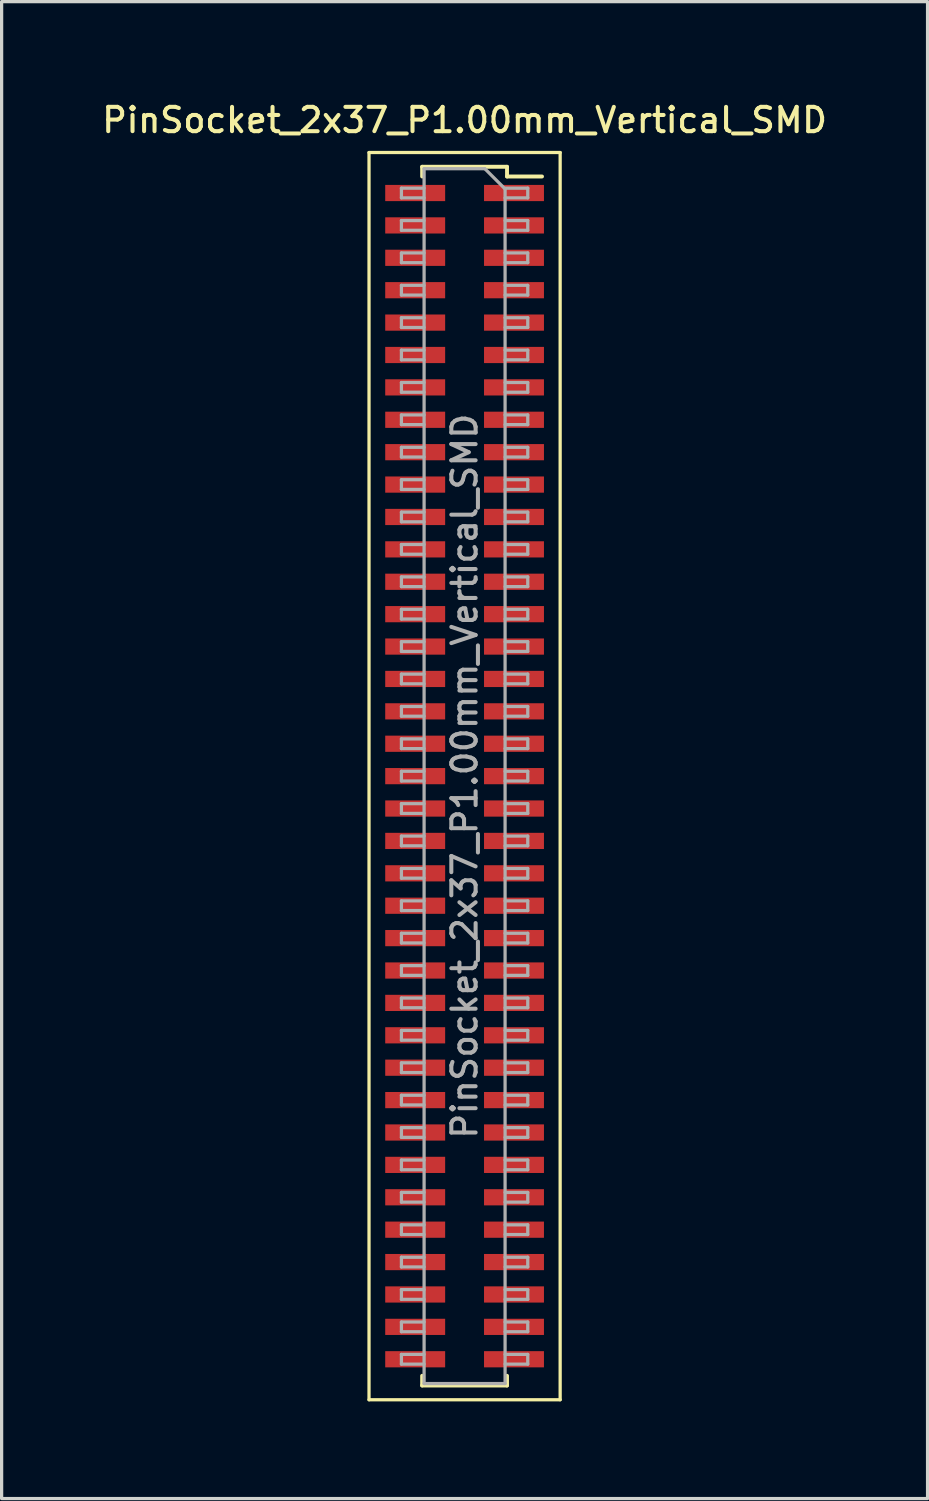
<source format=kicad_pcb>
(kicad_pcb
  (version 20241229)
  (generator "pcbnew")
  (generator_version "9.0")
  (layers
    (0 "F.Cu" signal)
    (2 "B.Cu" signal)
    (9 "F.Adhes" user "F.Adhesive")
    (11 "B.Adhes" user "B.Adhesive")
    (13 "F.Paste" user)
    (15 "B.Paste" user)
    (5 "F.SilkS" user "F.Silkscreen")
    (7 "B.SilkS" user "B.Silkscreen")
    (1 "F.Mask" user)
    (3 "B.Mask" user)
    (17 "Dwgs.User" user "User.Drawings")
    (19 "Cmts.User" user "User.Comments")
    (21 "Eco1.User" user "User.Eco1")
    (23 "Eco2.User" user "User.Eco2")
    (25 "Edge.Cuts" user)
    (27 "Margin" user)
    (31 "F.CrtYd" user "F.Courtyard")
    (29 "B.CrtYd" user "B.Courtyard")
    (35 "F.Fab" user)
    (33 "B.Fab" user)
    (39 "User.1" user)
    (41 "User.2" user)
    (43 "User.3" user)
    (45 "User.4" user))
  (footprint "PinSocket_2x37_P1.00mm_Vertical_SMD"
    (layer "F.Cu")
    (at 11.291 20.908)
    (property "Reference" "PinSocket_2x37_P1.00mm_Vertical_SMD" (at 0 -20.25 0) (layer "F.SilkS") (effects (font (size 0.75 0.75) (thickness 0.125))))
    (attr smd)
    (fp_line (start -2.95 -19.25) (end 2.95 -19.25) (stroke (width 0.1) (type solid)) (layer "F.SilkS"))
    (fp_line (start -2.95 19.25) (end -2.95 -19.25) (stroke (width 0.1) (type solid)) (layer "F.SilkS"))
    (fp_line (start -1.31 -18.81) (end -1.31 -18.51) (stroke (width 0.12) (type solid)) (layer "F.SilkS"))
    (fp_line (start -1.31 -18.81) (end 1.31 -18.81) (stroke (width 0.12) (type solid)) (layer "F.SilkS"))
    (fp_line (start -1.31 18.51) (end -1.31 18.81) (stroke (width 0.12) (type solid)) (layer "F.SilkS"))
    (fp_line (start -1.31 18.81) (end 1.31 18.81) (stroke (width 0.12) (type solid)) (layer "F.SilkS"))
    (fp_line (start 1.31 -18.81) (end 1.31 -18.51) (stroke (width 0.12) (type solid)) (layer "F.SilkS"))
    (fp_line (start 1.31 -18.51) (end 2.39 -18.51) (stroke (width 0.12) (type solid)) (layer "F.SilkS"))
    (fp_line (start 1.31 18.51) (end 1.31 18.81) (stroke (width 0.12) (type solid)) (layer "F.SilkS"))
    (fp_line (start 2.95 -19.25) (end 2.95 19.25) (stroke (width 0.1) (type solid)) (layer "F.SilkS"))
    (fp_line (start 2.95 19.25) (end -2.95 19.25) (stroke (width 0.1) (type solid)) (layer "F.SilkS"))
    (fp_line (start -1.95 -18.15) (end -1.25 -18.15) (stroke (width 0.1) (type solid)) (layer "F.Fab"))
    (fp_line (start -1.95 -17.85) (end -1.95 -18.15) (stroke (width 0.1) (type solid)) (layer "F.Fab"))
    (fp_line (start -1.95 -17.15) (end -1.25 -17.15) (stroke (width 0.1) (type solid)) (layer "F.Fab"))
    (fp_line (start -1.95 -16.85) (end -1.95 -17.15) (stroke (width 0.1) (type solid)) (layer "F.Fab"))
    (fp_line (start -1.95 -16.15) (end -1.25 -16.15) (stroke (width 0.1) (type solid)) (layer "F.Fab"))
    (fp_line (start -1.95 -15.85) (end -1.95 -16.15) (stroke (width 0.1) (type solid)) (layer "F.Fab"))
    (fp_line (start -1.95 -15.15) (end -1.25 -15.15) (stroke (width 0.1) (type solid)) (layer "F.Fab"))
    (fp_line (start -1.95 -14.85) (end -1.95 -15.15) (stroke (width 0.1) (type solid)) (layer "F.Fab"))
    (fp_line (start -1.95 -14.15) (end -1.25 -14.15) (stroke (width 0.1) (type solid)) (layer "F.Fab"))
    (fp_line (start -1.95 -13.85) (end -1.95 -14.15) (stroke (width 0.1) (type solid)) (layer "F.Fab"))
    (fp_line (start -1.95 -13.15) (end -1.25 -13.15) (stroke (width 0.1) (type solid)) (layer "F.Fab"))
    (fp_line (start -1.95 -12.85) (end -1.95 -13.15) (stroke (width 0.1) (type solid)) (layer "F.Fab"))
    (fp_line (start -1.95 -12.15) (end -1.25 -12.15) (stroke (width 0.1) (type solid)) (layer "F.Fab"))
    (fp_line (start -1.95 -11.85) (end -1.95 -12.15) (stroke (width 0.1) (type solid)) (layer "F.Fab"))
    (fp_line (start -1.95 -11.15) (end -1.25 -11.15) (stroke (width 0.1) (type solid)) (layer "F.Fab"))
    (fp_line (start -1.95 -10.85) (end -1.95 -11.15) (stroke (width 0.1) (type solid)) (layer "F.Fab"))
    (fp_line (start -1.95 -10.15) (end -1.25 -10.15) (stroke (width 0.1) (type solid)) (layer "F.Fab"))
    (fp_line (start -1.95 -9.85) (end -1.95 -10.15) (stroke (width 0.1) (type solid)) (layer "F.Fab"))
    (fp_line (start -1.95 -9.15) (end -1.25 -9.15) (stroke (width 0.1) (type solid)) (layer "F.Fab"))
    (fp_line (start -1.95 -8.85) (end -1.95 -9.15) (stroke (width 0.1) (type solid)) (layer "F.Fab"))
    (fp_line (start -1.95 -8.15) (end -1.25 -8.15) (stroke (width 0.1) (type solid)) (layer "F.Fab"))
    (fp_line (start -1.95 -7.85) (end -1.95 -8.15) (stroke (width 0.1) (type solid)) (layer "F.Fab"))
    (fp_line (start -1.95 -7.15) (end -1.25 -7.15) (stroke (width 0.1) (type solid)) (layer "F.Fab"))
    (fp_line (start -1.95 -6.85) (end -1.95 -7.15) (stroke (width 0.1) (type solid)) (layer "F.Fab"))
    (fp_line (start -1.95 -6.15) (end -1.25 -6.15) (stroke (width 0.1) (type solid)) (layer "F.Fab"))
    (fp_line (start -1.95 -5.85) (end -1.95 -6.15) (stroke (width 0.1) (type solid)) (layer "F.Fab"))
    (fp_line (start -1.95 -5.15) (end -1.25 -5.15) (stroke (width 0.1) (type solid)) (layer "F.Fab"))
    (fp_line (start -1.95 -4.85) (end -1.95 -5.15) (stroke (width 0.1) (type solid)) (layer "F.Fab"))
    (fp_line (start -1.95 -4.15) (end -1.25 -4.15) (stroke (width 0.1) (type solid)) (layer "F.Fab"))
    (fp_line (start -1.95 -3.85) (end -1.95 -4.15) (stroke (width 0.1) (type solid)) (layer "F.Fab"))
    (fp_line (start -1.95 -3.15) (end -1.25 -3.15) (stroke (width 0.1) (type solid)) (layer "F.Fab"))
    (fp_line (start -1.95 -2.85) (end -1.95 -3.15) (stroke (width 0.1) (type solid)) (layer "F.Fab"))
    (fp_line (start -1.95 -2.15) (end -1.25 -2.15) (stroke (width 0.1) (type solid)) (layer "F.Fab"))
    (fp_line (start -1.95 -1.85) (end -1.95 -2.15) (stroke (width 0.1) (type solid)) (layer "F.Fab"))
    (fp_line (start -1.95 -1.15) (end -1.25 -1.15) (stroke (width 0.1) (type solid)) (layer "F.Fab"))
    (fp_line (start -1.95 -0.85) (end -1.95 -1.15) (stroke (width 0.1) (type solid)) (layer "F.Fab"))
    (fp_line (start -1.95 -0.15) (end -1.25 -0.15) (stroke (width 0.1) (type solid)) (layer "F.Fab"))
    (fp_line (start -1.95 0.15) (end -1.95 -0.15) (stroke (width 0.1) (type solid)) (layer "F.Fab"))
    (fp_line (start -1.95 0.85) (end -1.25 0.85) (stroke (width 0.1) (type solid)) (layer "F.Fab"))
    (fp_line (start -1.95 1.15) (end -1.95 0.85) (stroke (width 0.1) (type solid)) (layer "F.Fab"))
    (fp_line (start -1.95 1.85) (end -1.25 1.85) (stroke (width 0.1) (type solid)) (layer "F.Fab"))
    (fp_line (start -1.95 2.15) (end -1.95 1.85) (stroke (width 0.1) (type solid)) (layer "F.Fab"))
    (fp_line (start -1.95 2.85) (end -1.25 2.85) (stroke (width 0.1) (type solid)) (layer "F.Fab"))
    (fp_line (start -1.95 3.15) (end -1.95 2.85) (stroke (width 0.1) (type solid)) (layer "F.Fab"))
    (fp_line (start -1.95 3.85) (end -1.25 3.85) (stroke (width 0.1) (type solid)) (layer "F.Fab"))
    (fp_line (start -1.95 4.15) (end -1.95 3.85) (stroke (width 0.1) (type solid)) (layer "F.Fab"))
    (fp_line (start -1.95 4.85) (end -1.25 4.85) (stroke (width 0.1) (type solid)) (layer "F.Fab"))
    (fp_line (start -1.95 5.15) (end -1.95 4.85) (stroke (width 0.1) (type solid)) (layer "F.Fab"))
    (fp_line (start -1.95 5.85) (end -1.25 5.85) (stroke (width 0.1) (type solid)) (layer "F.Fab"))
    (fp_line (start -1.95 6.15) (end -1.95 5.85) (stroke (width 0.1) (type solid)) (layer "F.Fab"))
    (fp_line (start -1.95 6.85) (end -1.25 6.85) (stroke (width 0.1) (type solid)) (layer "F.Fab"))
    (fp_line (start -1.95 7.15) (end -1.95 6.85) (stroke (width 0.1) (type solid)) (layer "F.Fab"))
    (fp_line (start -1.95 7.85) (end -1.25 7.85) (stroke (width 0.1) (type solid)) (layer "F.Fab"))
    (fp_line (start -1.95 8.15) (end -1.95 7.85) (stroke (width 0.1) (type solid)) (layer "F.Fab"))
    (fp_line (start -1.95 8.85) (end -1.25 8.85) (stroke (width 0.1) (type solid)) (layer "F.Fab"))
    (fp_line (start -1.95 9.15) (end -1.95 8.85) (stroke (width 0.1) (type solid)) (layer "F.Fab"))
    (fp_line (start -1.95 9.85) (end -1.25 9.85) (stroke (width 0.1) (type solid)) (layer "F.Fab"))
    (fp_line (start -1.95 10.15) (end -1.95 9.85) (stroke (width 0.1) (type solid)) (layer "F.Fab"))
    (fp_line (start -1.95 10.85) (end -1.25 10.85) (stroke (width 0.1) (type solid)) (layer "F.Fab"))
    (fp_line (start -1.95 11.15) (end -1.95 10.85) (stroke (width 0.1) (type solid)) (layer "F.Fab"))
    (fp_line (start -1.95 11.85) (end -1.25 11.85) (stroke (width 0.1) (type solid)) (layer "F.Fab"))
    (fp_line (start -1.95 12.15) (end -1.95 11.85) (stroke (width 0.1) (type solid)) (layer "F.Fab"))
    (fp_line (start -1.95 12.85) (end -1.25 12.85) (stroke (width 0.1) (type solid)) (layer "F.Fab"))
    (fp_line (start -1.95 13.15) (end -1.95 12.85) (stroke (width 0.1) (type solid)) (layer "F.Fab"))
    (fp_line (start -1.95 13.85) (end -1.25 13.85) (stroke (width 0.1) (type solid)) (layer "F.Fab"))
    (fp_line (start -1.95 14.15) (end -1.95 13.85) (stroke (width 0.1) (type solid)) (layer "F.Fab"))
    (fp_line (start -1.95 14.85) (end -1.25 14.85) (stroke (width 0.1) (type solid)) (layer "F.Fab"))
    (fp_line (start -1.95 15.15) (end -1.95 14.85) (stroke (width 0.1) (type solid)) (layer "F.Fab"))
    (fp_line (start -1.95 15.85) (end -1.25 15.85) (stroke (width 0.1) (type solid)) (layer "F.Fab"))
    (fp_line (start -1.95 16.15) (end -1.95 15.85) (stroke (width 0.1) (type solid)) (layer "F.Fab"))
    (fp_line (start -1.95 16.85) (end -1.25 16.85) (stroke (width 0.1) (type solid)) (layer "F.Fab"))
    (fp_line (start -1.95 17.15) (end -1.95 16.85) (stroke (width 0.1) (type solid)) (layer "F.Fab"))
    (fp_line (start -1.95 17.85) (end -1.25 17.85) (stroke (width 0.1) (type solid)) (layer "F.Fab"))
    (fp_line (start -1.95 18.15) (end -1.95 17.85) (stroke (width 0.1) (type solid)) (layer "F.Fab"))
    (fp_line (start -1.25 -18.75) (end 0.625 -18.75) (stroke (width 0.1) (type solid)) (layer "F.Fab"))
    (fp_line (start -1.25 -17.85) (end -1.95 -17.85) (stroke (width 0.1) (type solid)) (layer "F.Fab"))
    (fp_line (start -1.25 -16.85) (end -1.95 -16.85) (stroke (width 0.1) (type solid)) (layer "F.Fab"))
    (fp_line (start -1.25 -15.85) (end -1.95 -15.85) (stroke (width 0.1) (type solid)) (layer "F.Fab"))
    (fp_line (start -1.25 -14.85) (end -1.95 -14.85) (stroke (width 0.1) (type solid)) (layer "F.Fab"))
    (fp_line (start -1.25 -13.85) (end -1.95 -13.85) (stroke (width 0.1) (type solid)) (layer "F.Fab"))
    (fp_line (start -1.25 -12.85) (end -1.95 -12.85) (stroke (width 0.1) (type solid)) (layer "F.Fab"))
    (fp_line (start -1.25 -11.85) (end -1.95 -11.85) (stroke (width 0.1) (type solid)) (layer "F.Fab"))
    (fp_line (start -1.25 -10.85) (end -1.95 -10.85) (stroke (width 0.1) (type solid)) (layer "F.Fab"))
    (fp_line (start -1.25 -9.85) (end -1.95 -9.85) (stroke (width 0.1) (type solid)) (layer "F.Fab"))
    (fp_line (start -1.25 -8.85) (end -1.95 -8.85) (stroke (width 0.1) (type solid)) (layer "F.Fab"))
    (fp_line (start -1.25 -7.85) (end -1.95 -7.85) (stroke (width 0.1) (type solid)) (layer "F.Fab"))
    (fp_line (start -1.25 -6.85) (end -1.95 -6.85) (stroke (width 0.1) (type solid)) (layer "F.Fab"))
    (fp_line (start -1.25 -5.85) (end -1.95 -5.85) (stroke (width 0.1) (type solid)) (layer "F.Fab"))
    (fp_line (start -1.25 -4.85) (end -1.95 -4.85) (stroke (width 0.1) (type solid)) (layer "F.Fab"))
    (fp_line (start -1.25 -3.85) (end -1.95 -3.85) (stroke (width 0.1) (type solid)) (layer "F.Fab"))
    (fp_line (start -1.25 -2.85) (end -1.95 -2.85) (stroke (width 0.1) (type solid)) (layer "F.Fab"))
    (fp_line (start -1.25 -1.85) (end -1.95 -1.85) (stroke (width 0.1) (type solid)) (layer "F.Fab"))
    (fp_line (start -1.25 -0.85) (end -1.95 -0.85) (stroke (width 0.1) (type solid)) (layer "F.Fab"))
    (fp_line (start -1.25 0.15) (end -1.95 0.15) (stroke (width 0.1) (type solid)) (layer "F.Fab"))
    (fp_line (start -1.25 1.15) (end -1.95 1.15) (stroke (width 0.1) (type solid)) (layer "F.Fab"))
    (fp_line (start -1.25 2.15) (end -1.95 2.15) (stroke (width 0.1) (type solid)) (layer "F.Fab"))
    (fp_line (start -1.25 3.15) (end -1.95 3.15) (stroke (width 0.1) (type solid)) (layer "F.Fab"))
    (fp_line (start -1.25 4.15) (end -1.95 4.15) (stroke (width 0.1) (type solid)) (layer "F.Fab"))
    (fp_line (start -1.25 5.15) (end -1.95 5.15) (stroke (width 0.1) (type solid)) (layer "F.Fab"))
    (fp_line (start -1.25 6.15) (end -1.95 6.15) (stroke (width 0.1) (type solid)) (layer "F.Fab"))
    (fp_line (start -1.25 7.15) (end -1.95 7.15) (stroke (width 0.1) (type solid)) (layer "F.Fab"))
    (fp_line (start -1.25 8.15) (end -1.95 8.15) (stroke (width 0.1) (type solid)) (layer "F.Fab"))
    (fp_line (start -1.25 9.15) (end -1.95 9.15) (stroke (width 0.1) (type solid)) (layer "F.Fab"))
    (fp_line (start -1.25 10.15) (end -1.95 10.15) (stroke (width 0.1) (type solid)) (layer "F.Fab"))
    (fp_line (start -1.25 11.15) (end -1.95 11.15) (stroke (width 0.1) (type solid)) (layer "F.Fab"))
    (fp_line (start -1.25 12.15) (end -1.95 12.15) (stroke (width 0.1) (type solid)) (layer "F.Fab"))
    (fp_line (start -1.25 13.15) (end -1.95 13.15) (stroke (width 0.1) (type solid)) (layer "F.Fab"))
    (fp_line (start -1.25 14.15) (end -1.95 14.15) (stroke (width 0.1) (type solid)) (layer "F.Fab"))
    (fp_line (start -1.25 15.15) (end -1.95 15.15) (stroke (width 0.1) (type solid)) (layer "F.Fab"))
    (fp_line (start -1.25 16.15) (end -1.95 16.15) (stroke (width 0.1) (type solid)) (layer "F.Fab"))
    (fp_line (start -1.25 17.15) (end -1.95 17.15) (stroke (width 0.1) (type solid)) (layer "F.Fab"))
    (fp_line (start -1.25 18.15) (end -1.95 18.15) (stroke (width 0.1) (type solid)) (layer "F.Fab"))
    (fp_line (start -1.25 18.75) (end -1.25 -18.75) (stroke (width 0.1) (type solid)) (layer "F.Fab"))
    (fp_line (start 0.625 -18.75) (end 1.25 -18.125) (stroke (width 0.1) (type solid)) (layer "F.Fab"))
    (fp_line (start 1.25 -18.15) (end 1.95 -18.15) (stroke (width 0.1) (type solid)) (layer "F.Fab"))
    (fp_line (start 1.25 -18.125) (end 1.25 18.75) (stroke (width 0.1) (type solid)) (layer "F.Fab"))
    (fp_line (start 1.25 -17.15) (end 1.95 -17.15) (stroke (width 0.1) (type solid)) (layer "F.Fab"))
    (fp_line (start 1.25 -16.15) (end 1.95 -16.15) (stroke (width 0.1) (type solid)) (layer "F.Fab"))
    (fp_line (start 1.25 -15.15) (end 1.95 -15.15) (stroke (width 0.1) (type solid)) (layer "F.Fab"))
    (fp_line (start 1.25 -14.15) (end 1.95 -14.15) (stroke (width 0.1) (type solid)) (layer "F.Fab"))
    (fp_line (start 1.25 -13.15) (end 1.95 -13.15) (stroke (width 0.1) (type solid)) (layer "F.Fab"))
    (fp_line (start 1.25 -12.15) (end 1.95 -12.15) (stroke (width 0.1) (type solid)) (layer "F.Fab"))
    (fp_line (start 1.25 -11.15) (end 1.95 -11.15) (stroke (width 0.1) (type solid)) (layer "F.Fab"))
    (fp_line (start 1.25 -10.15) (end 1.95 -10.15) (stroke (width 0.1) (type solid)) (layer "F.Fab"))
    (fp_line (start 1.25 -9.15) (end 1.95 -9.15) (stroke (width 0.1) (type solid)) (layer "F.Fab"))
    (fp_line (start 1.25 -8.15) (end 1.95 -8.15) (stroke (width 0.1) (type solid)) (layer "F.Fab"))
    (fp_line (start 1.25 -7.15) (end 1.95 -7.15) (stroke (width 0.1) (type solid)) (layer "F.Fab"))
    (fp_line (start 1.25 -6.15) (end 1.95 -6.15) (stroke (width 0.1) (type solid)) (layer "F.Fab"))
    (fp_line (start 1.25 -5.15) (end 1.95 -5.15) (stroke (width 0.1) (type solid)) (layer "F.Fab"))
    (fp_line (start 1.25 -4.15) (end 1.95 -4.15) (stroke (width 0.1) (type solid)) (layer "F.Fab"))
    (fp_line (start 1.25 -3.15) (end 1.95 -3.15) (stroke (width 0.1) (type solid)) (layer "F.Fab"))
    (fp_line (start 1.25 -2.15) (end 1.95 -2.15) (stroke (width 0.1) (type solid)) (layer "F.Fab"))
    (fp_line (start 1.25 -1.15) (end 1.95 -1.15) (stroke (width 0.1) (type solid)) (layer "F.Fab"))
    (fp_line (start 1.25 -0.15) (end 1.95 -0.15) (stroke (width 0.1) (type solid)) (layer "F.Fab"))
    (fp_line (start 1.25 0.85) (end 1.95 0.85) (stroke (width 0.1) (type solid)) (layer "F.Fab"))
    (fp_line (start 1.25 1.85) (end 1.95 1.85) (stroke (width 0.1) (type solid)) (layer "F.Fab"))
    (fp_line (start 1.25 2.85) (end 1.95 2.85) (stroke (width 0.1) (type solid)) (layer "F.Fab"))
    (fp_line (start 1.25 3.85) (end 1.95 3.85) (stroke (width 0.1) (type solid)) (layer "F.Fab"))
    (fp_line (start 1.25 4.85) (end 1.95 4.85) (stroke (width 0.1) (type solid)) (layer "F.Fab"))
    (fp_line (start 1.25 5.85) (end 1.95 5.85) (stroke (width 0.1) (type solid)) (layer "F.Fab"))
    (fp_line (start 1.25 6.85) (end 1.95 6.85) (stroke (width 0.1) (type solid)) (layer "F.Fab"))
    (fp_line (start 1.25 7.85) (end 1.95 7.85) (stroke (width 0.1) (type solid)) (layer "F.Fab"))
    (fp_line (start 1.25 8.85) (end 1.95 8.85) (stroke (width 0.1) (type solid)) (layer "F.Fab"))
    (fp_line (start 1.25 9.85) (end 1.95 9.85) (stroke (width 0.1) (type solid)) (layer "F.Fab"))
    (fp_line (start 1.25 10.85) (end 1.95 10.85) (stroke (width 0.1) (type solid)) (layer "F.Fab"))
    (fp_line (start 1.25 11.85) (end 1.95 11.85) (stroke (width 0.1) (type solid)) (layer "F.Fab"))
    (fp_line (start 1.25 12.85) (end 1.95 12.85) (stroke (width 0.1) (type solid)) (layer "F.Fab"))
    (fp_line (start 1.25 13.85) (end 1.95 13.85) (stroke (width 0.1) (type solid)) (layer "F.Fab"))
    (fp_line (start 1.25 14.85) (end 1.95 14.85) (stroke (width 0.1) (type solid)) (layer "F.Fab"))
    (fp_line (start 1.25 15.85) (end 1.95 15.85) (stroke (width 0.1) (type solid)) (layer "F.Fab"))
    (fp_line (start 1.25 16.85) (end 1.95 16.85) (stroke (width 0.1) (type solid)) (layer "F.Fab"))
    (fp_line (start 1.25 17.85) (end 1.95 17.85) (stroke (width 0.1) (type solid)) (layer "F.Fab"))
    (fp_line (start 1.25 18.75) (end -1.25 18.75) (stroke (width 0.1) (type solid)) (layer "F.Fab"))
    (fp_line (start 1.95 -18.15) (end 1.95 -17.85) (stroke (width 0.1) (type solid)) (layer "F.Fab"))
    (fp_line (start 1.95 -17.85) (end 1.25 -17.85) (stroke (width 0.1) (type solid)) (layer "F.Fab"))
    (fp_line (start 1.95 -17.15) (end 1.95 -16.85) (stroke (width 0.1) (type solid)) (layer "F.Fab"))
    (fp_line (start 1.95 -16.85) (end 1.25 -16.85) (stroke (width 0.1) (type solid)) (layer "F.Fab"))
    (fp_line (start 1.95 -16.15) (end 1.95 -15.85) (stroke (width 0.1) (type solid)) (layer "F.Fab"))
    (fp_line (start 1.95 -15.85) (end 1.25 -15.85) (stroke (width 0.1) (type solid)) (layer "F.Fab"))
    (fp_line (start 1.95 -15.15) (end 1.95 -14.85) (stroke (width 0.1) (type solid)) (layer "F.Fab"))
    (fp_line (start 1.95 -14.85) (end 1.25 -14.85) (stroke (width 0.1) (type solid)) (layer "F.Fab"))
    (fp_line (start 1.95 -14.15) (end 1.95 -13.85) (stroke (width 0.1) (type solid)) (layer "F.Fab"))
    (fp_line (start 1.95 -13.85) (end 1.25 -13.85) (stroke (width 0.1) (type solid)) (layer "F.Fab"))
    (fp_line (start 1.95 -13.15) (end 1.95 -12.85) (stroke (width 0.1) (type solid)) (layer "F.Fab"))
    (fp_line (start 1.95 -12.85) (end 1.25 -12.85) (stroke (width 0.1) (type solid)) (layer "F.Fab"))
    (fp_line (start 1.95 -12.15) (end 1.95 -11.85) (stroke (width 0.1) (type solid)) (layer "F.Fab"))
    (fp_line (start 1.95 -11.85) (end 1.25 -11.85) (stroke (width 0.1) (type solid)) (layer "F.Fab"))
    (fp_line (start 1.95 -11.15) (end 1.95 -10.85) (stroke (width 0.1) (type solid)) (layer "F.Fab"))
    (fp_line (start 1.95 -10.85) (end 1.25 -10.85) (stroke (width 0.1) (type solid)) (layer "F.Fab"))
    (fp_line (start 1.95 -10.15) (end 1.95 -9.85) (stroke (width 0.1) (type solid)) (layer "F.Fab"))
    (fp_line (start 1.95 -9.85) (end 1.25 -9.85) (stroke (width 0.1) (type solid)) (layer "F.Fab"))
    (fp_line (start 1.95 -9.15) (end 1.95 -8.85) (stroke (width 0.1) (type solid)) (layer "F.Fab"))
    (fp_line (start 1.95 -8.85) (end 1.25 -8.85) (stroke (width 0.1) (type solid)) (layer "F.Fab"))
    (fp_line (start 1.95 -8.15) (end 1.95 -7.85) (stroke (width 0.1) (type solid)) (layer "F.Fab"))
    (fp_line (start 1.95 -7.85) (end 1.25 -7.85) (stroke (width 0.1) (type solid)) (layer "F.Fab"))
    (fp_line (start 1.95 -7.15) (end 1.95 -6.85) (stroke (width 0.1) (type solid)) (layer "F.Fab"))
    (fp_line (start 1.95 -6.85) (end 1.25 -6.85) (stroke (width 0.1) (type solid)) (layer "F.Fab"))
    (fp_line (start 1.95 -6.15) (end 1.95 -5.85) (stroke (width 0.1) (type solid)) (layer "F.Fab"))
    (fp_line (start 1.95 -5.85) (end 1.25 -5.85) (stroke (width 0.1) (type solid)) (layer "F.Fab"))
    (fp_line (start 1.95 -5.15) (end 1.95 -4.85) (stroke (width 0.1) (type solid)) (layer "F.Fab"))
    (fp_line (start 1.95 -4.85) (end 1.25 -4.85) (stroke (width 0.1) (type solid)) (layer "F.Fab"))
    (fp_line (start 1.95 -4.15) (end 1.95 -3.85) (stroke (width 0.1) (type solid)) (layer "F.Fab"))
    (fp_line (start 1.95 -3.85) (end 1.25 -3.85) (stroke (width 0.1) (type solid)) (layer "F.Fab"))
    (fp_line (start 1.95 -3.15) (end 1.95 -2.85) (stroke (width 0.1) (type solid)) (layer "F.Fab"))
    (fp_line (start 1.95 -2.85) (end 1.25 -2.85) (stroke (width 0.1) (type solid)) (layer "F.Fab"))
    (fp_line (start 1.95 -2.15) (end 1.95 -1.85) (stroke (width 0.1) (type solid)) (layer "F.Fab"))
    (fp_line (start 1.95 -1.85) (end 1.25 -1.85) (stroke (width 0.1) (type solid)) (layer "F.Fab"))
    (fp_line (start 1.95 -1.15) (end 1.95 -0.85) (stroke (width 0.1) (type solid)) (layer "F.Fab"))
    (fp_line (start 1.95 -0.85) (end 1.25 -0.85) (stroke (width 0.1) (type solid)) (layer "F.Fab"))
    (fp_line (start 1.95 -0.15) (end 1.95 0.15) (stroke (width 0.1) (type solid)) (layer "F.Fab"))
    (fp_line (start 1.95 0.15) (end 1.25 0.15) (stroke (width 0.1) (type solid)) (layer "F.Fab"))
    (fp_line (start 1.95 0.85) (end 1.95 1.15) (stroke (width 0.1) (type solid)) (layer "F.Fab"))
    (fp_line (start 1.95 1.15) (end 1.25 1.15) (stroke (width 0.1) (type solid)) (layer "F.Fab"))
    (fp_line (start 1.95 1.85) (end 1.95 2.15) (stroke (width 0.1) (type solid)) (layer "F.Fab"))
    (fp_line (start 1.95 2.15) (end 1.25 2.15) (stroke (width 0.1) (type solid)) (layer "F.Fab"))
    (fp_line (start 1.95 2.85) (end 1.95 3.15) (stroke (width 0.1) (type solid)) (layer "F.Fab"))
    (fp_line (start 1.95 3.15) (end 1.25 3.15) (stroke (width 0.1) (type solid)) (layer "F.Fab"))
    (fp_line (start 1.95 3.85) (end 1.95 4.15) (stroke (width 0.1) (type solid)) (layer "F.Fab"))
    (fp_line (start 1.95 4.15) (end 1.25 4.15) (stroke (width 0.1) (type solid)) (layer "F.Fab"))
    (fp_line (start 1.95 4.85) (end 1.95 5.15) (stroke (width 0.1) (type solid)) (layer "F.Fab"))
    (fp_line (start 1.95 5.15) (end 1.25 5.15) (stroke (width 0.1) (type solid)) (layer "F.Fab"))
    (fp_line (start 1.95 5.85) (end 1.95 6.15) (stroke (width 0.1) (type solid)) (layer "F.Fab"))
    (fp_line (start 1.95 6.15) (end 1.25 6.15) (stroke (width 0.1) (type solid)) (layer "F.Fab"))
    (fp_line (start 1.95 6.85) (end 1.95 7.15) (stroke (width 0.1) (type solid)) (layer "F.Fab"))
    (fp_line (start 1.95 7.15) (end 1.25 7.15) (stroke (width 0.1) (type solid)) (layer "F.Fab"))
    (fp_line (start 1.95 7.85) (end 1.95 8.15) (stroke (width 0.1) (type solid)) (layer "F.Fab"))
    (fp_line (start 1.95 8.15) (end 1.25 8.15) (stroke (width 0.1) (type solid)) (layer "F.Fab"))
    (fp_line (start 1.95 8.85) (end 1.95 9.15) (stroke (width 0.1) (type solid)) (layer "F.Fab"))
    (fp_line (start 1.95 9.15) (end 1.25 9.15) (stroke (width 0.1) (type solid)) (layer "F.Fab"))
    (fp_line (start 1.95 9.85) (end 1.95 10.15) (stroke (width 0.1) (type solid)) (layer "F.Fab"))
    (fp_line (start 1.95 10.15) (end 1.25 10.15) (stroke (width 0.1) (type solid)) (layer "F.Fab"))
    (fp_line (start 1.95 10.85) (end 1.95 11.15) (stroke (width 0.1) (type solid)) (layer "F.Fab"))
    (fp_line (start 1.95 11.15) (end 1.25 11.15) (stroke (width 0.1) (type solid)) (layer "F.Fab"))
    (fp_line (start 1.95 11.85) (end 1.95 12.15) (stroke (width 0.1) (type solid)) (layer "F.Fab"))
    (fp_line (start 1.95 12.15) (end 1.25 12.15) (stroke (width 0.1) (type solid)) (layer "F.Fab"))
    (fp_line (start 1.95 12.85) (end 1.95 13.15) (stroke (width 0.1) (type solid)) (layer "F.Fab"))
    (fp_line (start 1.95 13.15) (end 1.25 13.15) (stroke (width 0.1) (type solid)) (layer "F.Fab"))
    (fp_line (start 1.95 13.85) (end 1.95 14.15) (stroke (width 0.1) (type solid)) (layer "F.Fab"))
    (fp_line (start 1.95 14.15) (end 1.25 14.15) (stroke (width 0.1) (type solid)) (layer "F.Fab"))
    (fp_line (start 1.95 14.85) (end 1.95 15.15) (stroke (width 0.1) (type solid)) (layer "F.Fab"))
    (fp_line (start 1.95 15.15) (end 1.25 15.15) (stroke (width 0.1) (type solid)) (layer "F.Fab"))
    (fp_line (start 1.95 15.85) (end 1.95 16.15) (stroke (width 0.1) (type solid)) (layer "F.Fab"))
    (fp_line (start 1.95 16.15) (end 1.25 16.15) (stroke (width 0.1) (type solid)) (layer "F.Fab"))
    (fp_line (start 1.95 16.85) (end 1.95 17.15) (stroke (width 0.1) (type solid)) (layer "F.Fab"))
    (fp_line (start 1.95 17.15) (end 1.25 17.15) (stroke (width 0.1) (type solid)) (layer "F.Fab"))
    (fp_line (start 1.95 17.85) (end 1.95 18.15) (stroke (width 0.1) (type solid)) (layer "F.Fab"))
    (fp_line (start 1.95 18.15) (end 1.25 18.15) (stroke (width 0.1) (type solid)) (layer "F.Fab"))
    (fp_text user "${REFERENCE}" (at 0 0 90) (layer "F.Fab") (effects (font (size 0.75 0.75) (thickness 0.125))))
    (pad "1" smd rect (at 1.525 -18) (size 1.85 0.5) (layers "F.Cu" "F.Mask" "F.Paste"))
    (pad "2" smd rect (at -1.525 -18) (size 1.85 0.5) (layers "F.Cu" "F.Mask" "F.Paste"))
    (pad "3" smd rect (at 1.525 -17) (size 1.85 0.5) (layers "F.Cu" "F.Mask" "F.Paste"))
    (pad "4" smd rect (at -1.525 -17) (size 1.85 0.5) (layers "F.Cu" "F.Mask" "F.Paste"))
    (pad "5" smd rect (at 1.525 -16) (size 1.85 0.5) (layers "F.Cu" "F.Mask" "F.Paste"))
    (pad "6" smd rect (at -1.525 -16) (size 1.85 0.5) (layers "F.Cu" "F.Mask" "F.Paste"))
    (pad "7" smd rect (at 1.525 -15) (size 1.85 0.5) (layers "F.Cu" "F.Mask" "F.Paste"))
    (pad "8" smd rect (at -1.525 -15) (size 1.85 0.5) (layers "F.Cu" "F.Mask" "F.Paste"))
    (pad "9" smd rect (at 1.525 -14) (size 1.85 0.5) (layers "F.Cu" "F.Mask" "F.Paste"))
    (pad "10" smd rect (at -1.525 -14) (size 1.85 0.5) (layers "F.Cu" "F.Mask" "F.Paste"))
    (pad "11" smd rect (at 1.525 -13) (size 1.85 0.5) (layers "F.Cu" "F.Mask" "F.Paste"))
    (pad "12" smd rect (at -1.525 -13) (size 1.85 0.5) (layers "F.Cu" "F.Mask" "F.Paste"))
    (pad "13" smd rect (at 1.525 -12) (size 1.85 0.5) (layers "F.Cu" "F.Mask" "F.Paste"))
    (pad "14" smd rect (at -1.525 -12) (size 1.85 0.5) (layers "F.Cu" "F.Mask" "F.Paste"))
    (pad "15" smd rect (at 1.525 -11) (size 1.85 0.5) (layers "F.Cu" "F.Mask" "F.Paste"))
    (pad "16" smd rect (at -1.525 -11) (size 1.85 0.5) (layers "F.Cu" "F.Mask" "F.Paste"))
    (pad "17" smd rect (at 1.525 -10) (size 1.85 0.5) (layers "F.Cu" "F.Mask" "F.Paste"))
    (pad "18" smd rect (at -1.525 -10) (size 1.85 0.5) (layers "F.Cu" "F.Mask" "F.Paste"))
    (pad "19" smd rect (at 1.525 -9) (size 1.85 0.5) (layers "F.Cu" "F.Mask" "F.Paste"))
    (pad "20" smd rect (at -1.525 -9) (size 1.85 0.5) (layers "F.Cu" "F.Mask" "F.Paste"))
    (pad "21" smd rect (at 1.525 -8) (size 1.85 0.5) (layers "F.Cu" "F.Mask" "F.Paste"))
    (pad "22" smd rect (at -1.525 -8) (size 1.85 0.5) (layers "F.Cu" "F.Mask" "F.Paste"))
    (pad "23" smd rect (at 1.525 -7) (size 1.85 0.5) (layers "F.Cu" "F.Mask" "F.Paste"))
    (pad "24" smd rect (at -1.525 -7) (size 1.85 0.5) (layers "F.Cu" "F.Mask" "F.Paste"))
    (pad "25" smd rect (at 1.525 -6) (size 1.85 0.5) (layers "F.Cu" "F.Mask" "F.Paste"))
    (pad "26" smd rect (at -1.525 -6) (size 1.85 0.5) (layers "F.Cu" "F.Mask" "F.Paste"))
    (pad "27" smd rect (at 1.525 -5) (size 1.85 0.5) (layers "F.Cu" "F.Mask" "F.Paste"))
    (pad "28" smd rect (at -1.525 -5) (size 1.85 0.5) (layers "F.Cu" "F.Mask" "F.Paste"))
    (pad "29" smd rect (at 1.525 -4) (size 1.85 0.5) (layers "F.Cu" "F.Mask" "F.Paste"))
    (pad "30" smd rect (at -1.525 -4) (size 1.85 0.5) (layers "F.Cu" "F.Mask" "F.Paste"))
    (pad "31" smd rect (at 1.525 -3) (size 1.85 0.5) (layers "F.Cu" "F.Mask" "F.Paste"))
    (pad "32" smd rect (at -1.525 -3) (size 1.85 0.5) (layers "F.Cu" "F.Mask" "F.Paste"))
    (pad "33" smd rect (at 1.525 -2) (size 1.85 0.5) (layers "F.Cu" "F.Mask" "F.Paste"))
    (pad "34" smd rect (at -1.525 -2) (size 1.85 0.5) (layers "F.Cu" "F.Mask" "F.Paste"))
    (pad "35" smd rect (at 1.525 -1) (size 1.85 0.5) (layers "F.Cu" "F.Mask" "F.Paste"))
    (pad "36" smd rect (at -1.525 -1) (size 1.85 0.5) (layers "F.Cu" "F.Mask" "F.Paste"))
    (pad "37" smd rect (at 1.525 0) (size 1.85 0.5) (layers "F.Cu" "F.Mask" "F.Paste"))
    (pad "38" smd rect (at -1.525 0) (size 1.85 0.5) (layers "F.Cu" "F.Mask" "F.Paste"))
    (pad "39" smd rect (at 1.525 1) (size 1.85 0.5) (layers "F.Cu" "F.Mask" "F.Paste"))
    (pad "40" smd rect (at -1.525 1) (size 1.85 0.5) (layers "F.Cu" "F.Mask" "F.Paste"))
    (pad "41" smd rect (at 1.525 2) (size 1.85 0.5) (layers "F.Cu" "F.Mask" "F.Paste"))
    (pad "42" smd rect (at -1.525 2) (size 1.85 0.5) (layers "F.Cu" "F.Mask" "F.Paste"))
    (pad "43" smd rect (at 1.525 3) (size 1.85 0.5) (layers "F.Cu" "F.Mask" "F.Paste"))
    (pad "44" smd rect (at -1.525 3) (size 1.85 0.5) (layers "F.Cu" "F.Mask" "F.Paste"))
    (pad "45" smd rect (at 1.525 4) (size 1.85 0.5) (layers "F.Cu" "F.Mask" "F.Paste"))
    (pad "46" smd rect (at -1.525 4) (size 1.85 0.5) (layers "F.Cu" "F.Mask" "F.Paste"))
    (pad "47" smd rect (at 1.525 5) (size 1.85 0.5) (layers "F.Cu" "F.Mask" "F.Paste"))
    (pad "48" smd rect (at -1.525 5) (size 1.85 0.5) (layers "F.Cu" "F.Mask" "F.Paste"))
    (pad "49" smd rect (at 1.525 6) (size 1.85 0.5) (layers "F.Cu" "F.Mask" "F.Paste"))
    (pad "50" smd rect (at -1.525 6) (size 1.85 0.5) (layers "F.Cu" "F.Mask" "F.Paste"))
    (pad "51" smd rect (at 1.525 7) (size 1.85 0.5) (layers "F.Cu" "F.Mask" "F.Paste"))
    (pad "52" smd rect (at -1.525 7) (size 1.85 0.5) (layers "F.Cu" "F.Mask" "F.Paste"))
    (pad "53" smd rect (at 1.525 8) (size 1.85 0.5) (layers "F.Cu" "F.Mask" "F.Paste"))
    (pad "54" smd rect (at -1.525 8) (size 1.85 0.5) (layers "F.Cu" "F.Mask" "F.Paste"))
    (pad "55" smd rect (at 1.525 9) (size 1.85 0.5) (layers "F.Cu" "F.Mask" "F.Paste"))
    (pad "56" smd rect (at -1.525 9) (size 1.85 0.5) (layers "F.Cu" "F.Mask" "F.Paste"))
    (pad "57" smd rect (at 1.525 10) (size 1.85 0.5) (layers "F.Cu" "F.Mask" "F.Paste"))
    (pad "58" smd rect (at -1.525 10) (size 1.85 0.5) (layers "F.Cu" "F.Mask" "F.Paste"))
    (pad "59" smd rect (at 1.525 11) (size 1.85 0.5) (layers "F.Cu" "F.Mask" "F.Paste"))
    (pad "60" smd rect (at -1.525 11) (size 1.85 0.5) (layers "F.Cu" "F.Mask" "F.Paste"))
    (pad "61" smd rect (at 1.525 12) (size 1.85 0.5) (layers "F.Cu" "F.Mask" "F.Paste"))
    (pad "62" smd rect (at -1.525 12) (size 1.85 0.5) (layers "F.Cu" "F.Mask" "F.Paste"))
    (pad "63" smd rect (at 1.525 13) (size 1.85 0.5) (layers "F.Cu" "F.Mask" "F.Paste"))
    (pad "64" smd rect (at -1.525 13) (size 1.85 0.5) (layers "F.Cu" "F.Mask" "F.Paste"))
    (pad "65" smd rect (at 1.525 14) (size 1.85 0.5) (layers "F.Cu" "F.Mask" "F.Paste"))
    (pad "66" smd rect (at -1.525 14) (size 1.85 0.5) (layers "F.Cu" "F.Mask" "F.Paste"))
    (pad "67" smd rect (at 1.525 15) (size 1.85 0.5) (layers "F.Cu" "F.Mask" "F.Paste"))
    (pad "68" smd rect (at -1.525 15) (size 1.85 0.5) (layers "F.Cu" "F.Mask" "F.Paste"))
    (pad "69" smd rect (at 1.525 16) (size 1.85 0.5) (layers "F.Cu" "F.Mask" "F.Paste"))
    (pad "70" smd rect (at -1.525 16) (size 1.85 0.5) (layers "F.Cu" "F.Mask" "F.Paste"))
    (pad "71" smd rect (at 1.525 17) (size 1.85 0.5) (layers "F.Cu" "F.Mask" "F.Paste"))
    (pad "72" smd rect (at -1.525 17) (size 1.85 0.5) (layers "F.Cu" "F.Mask" "F.Paste"))
    (pad "73" smd rect (at 1.525 18) (size 1.85 0.5) (layers "F.Cu" "F.Mask" "F.Paste"))
    (pad "74" smd rect (at -1.525 18) (size 1.85 0.5) (layers "F.Cu" "F.Mask" "F.Paste")))
  (gr_rect
    (start -3 -3)
    (end 25.582 43.208)
    (stroke (width 0.1) (type default))
    (fill no)
    (layer "Edge.Cuts")))
</source>
